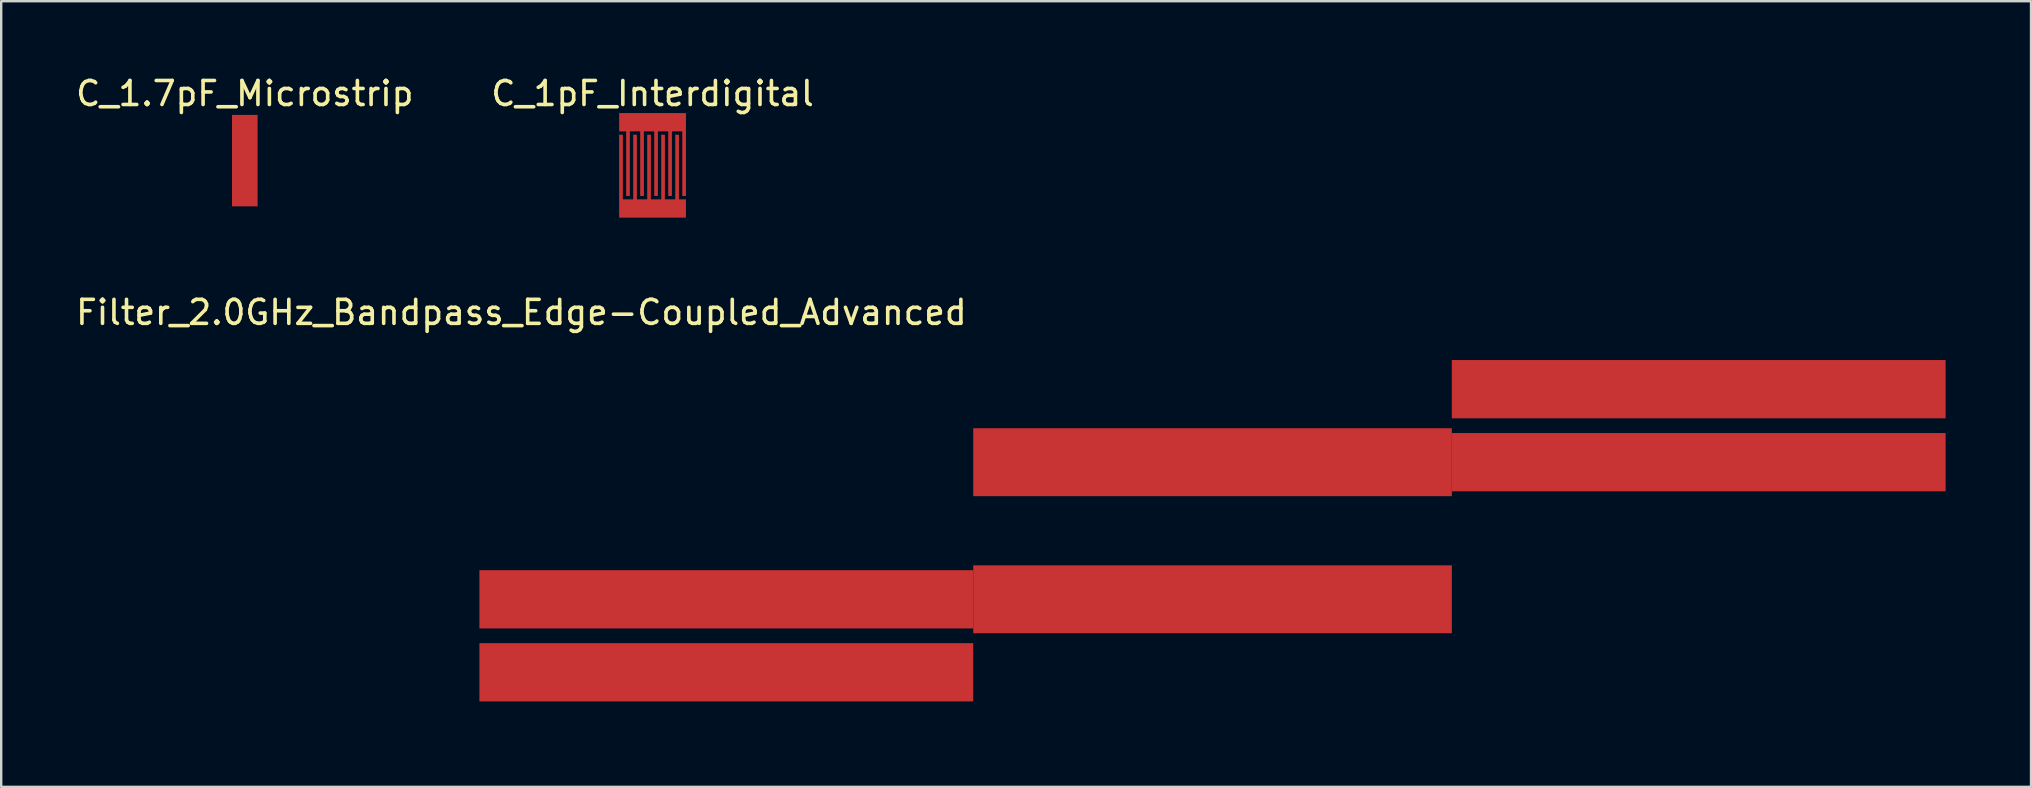
<source format=kicad_pcb>
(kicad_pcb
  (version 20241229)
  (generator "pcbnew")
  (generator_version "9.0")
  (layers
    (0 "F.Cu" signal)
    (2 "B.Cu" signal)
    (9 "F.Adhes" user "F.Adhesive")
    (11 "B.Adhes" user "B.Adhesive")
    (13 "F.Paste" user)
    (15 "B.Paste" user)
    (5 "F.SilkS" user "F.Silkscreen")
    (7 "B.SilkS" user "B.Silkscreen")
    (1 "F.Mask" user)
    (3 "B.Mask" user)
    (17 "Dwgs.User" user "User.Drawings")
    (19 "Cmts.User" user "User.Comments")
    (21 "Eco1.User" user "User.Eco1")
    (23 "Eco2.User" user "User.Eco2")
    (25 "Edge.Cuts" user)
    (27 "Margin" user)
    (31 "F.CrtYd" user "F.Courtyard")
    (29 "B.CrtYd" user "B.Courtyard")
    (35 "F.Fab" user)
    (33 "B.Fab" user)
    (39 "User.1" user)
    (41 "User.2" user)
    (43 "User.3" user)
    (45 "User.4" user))
  (footprint "Filter_2.0GHz_Bandpass_Edge-Coupled_Advanced"
    (layer "F.Cu")
    (at 16.923 24.96)
    (property "Reference" "Filter_2.0GHz_Bandpass_Edge-Coupled_Advanced" (at 1.75 -14.994 0) (layer "F.SilkS") (effects (font (size 1 1) (thickness 0.15))))
    (attr through_hole)
    (fp_poly (pts (xy 61.595 1.722) (xy -0.508 1.722) (xy -0.508 -13.518) (xy 61.595 -13.518)) (stroke (width 0.1) (type solid)) (fill yes) (layer "F.Mask"))
    (pad "1" smd rect (at 10.287 0) (size 20.574 2.428) (layers "F.Cu" "F.Mask" "F.Paste"))
    (pad "2" smd rect (at 50.8 -11.796) (size 20.574 2.428) (layers "F.Cu" "F.Mask" "F.Paste"))
    (pad "~" smd rect (at 10.287 -3.042) (size 20.574 2.428) (layers "F.Cu" "F.Mask" "F.Paste"))
    (pad "~" smd rect (at 30.544 -8.754) (size 19.939 2.83) (layers "F.Cu" "F.Mask" "F.Paste"))
    (pad "~" smd rect (at 30.544 -3.042) (size 19.939 2.83) (layers "F.Cu" "F.Mask" "F.Paste"))
    (pad "~" smd rect (at 50.8 -8.754) (size 20.574 2.428) (layers "F.Cu" "F.Mask" "F.Paste")))
  (footprint "C_1.7pF_Microstrip"
    (layer "F.Cu")
    (at 7.149 1.864)
    (property "Reference" "C_1.7pF_Microstrip" (at 0 -1.016 0) (layer "F.SilkS") (effects (font (size 1 1) (thickness 0.15))))
    (attr through_hole)
    (pad "1" smd rect (at 0 1.778) (size 1.067 3.81) (layers "F.Cu" "F.Mask")))
  (footprint "C_1pF_Interdigital"
    (layer "F.Cu")
    (at 24.137 1.737)
    (property "Reference" "C_1pF_Interdigital" (at 0 -0.889 0) (layer "F.SilkS") (effects (font (size 1 1) (thickness 0.15))))
    (attr through_hole)
    (fp_poly (pts (xy 1.443 4.331) (xy -1.443 4.331) (xy -1.443 -0.127) (xy 1.443 -0.127)) (stroke (width 0.1) (type solid)) (fill yes) (layer "F.Mask"))
    (pad "1" smd custom (at 0 0 180) (size 2.781 0.152) (layers "F.Cu" "F.Mask") (options (anchor rect)) (primitives (gr_poly (pts (xy -1.391 -0.686) (xy -1.391 -3.378) (xy -1.238 -3.378) (xy -1.238 -0.686)) (width 0) (fill yes)) (gr_poly (pts (xy -0.806 -0.686) (xy -0.806 -3.378) (xy -0.654 -3.378) (xy -0.654 -0.686)) (width 0) (fill yes)) (gr_poly (pts (xy -0.222 -0.686) (xy -0.222 -3.378) (xy -0.07 -3.378) (xy -0.07 -0.686)) (width 0) (fill yes)) (gr_poly (pts (xy 0.362 -0.686) (xy 0.362 -3.378) (xy 0.514 -3.378) (xy 0.514 -0.686)) (width 0) (fill yes)) (gr_poly (pts (xy 0.946 -0.686) (xy 0.946 -3.378) (xy 1.099 -3.378) (xy 1.099 -0.686)) (width 0) (fill yes)) (gr_poly (pts (xy -1.391 -0.686) (xy -1.391 0.076) (xy 1.391 0.076) (xy 1.391 -0.686)) (width 0) (fill yes))))
    (pad "2" smd custom (at 0 4.204) (size 2.781 0.152) (layers "F.Cu" "F.Mask") (options (anchor rect)) (primitives (gr_poly (pts (xy -1.391 -0.686) (xy -1.391 -3.378) (xy -1.238 -3.378) (xy -1.238 -0.686)) (width 0) (fill yes)) (gr_poly (pts (xy -0.806 -0.686) (xy -0.806 -3.378) (xy -0.654 -3.378) (xy -0.654 -0.686)) (width 0) (fill yes)) (gr_poly (pts (xy -0.222 -0.686) (xy -0.222 -3.378) (xy -0.07 -3.378) (xy -0.07 -0.686)) (width 0) (fill yes)) (gr_poly (pts (xy 0.362 -0.686) (xy 0.362 -3.378) (xy 0.514 -3.378) (xy 0.514 -0.686)) (width 0) (fill yes)) (gr_poly (pts (xy 0.946 -0.686) (xy 0.946 -3.378) (xy 1.099 -3.378) (xy 1.099 -0.686)) (width 0) (fill yes)) (gr_poly (pts (xy -1.391 -0.686) (xy -1.391 0.076) (xy 1.391 0.076) (xy 1.391 -0.686)) (width 0) (fill yes)))))
  (gr_rect
    (start -3 -3)
    (end 81.568 29.732)
    (stroke (width 0.1) (type default))
    (fill no)
    (layer "Edge.Cuts")))
</source>
